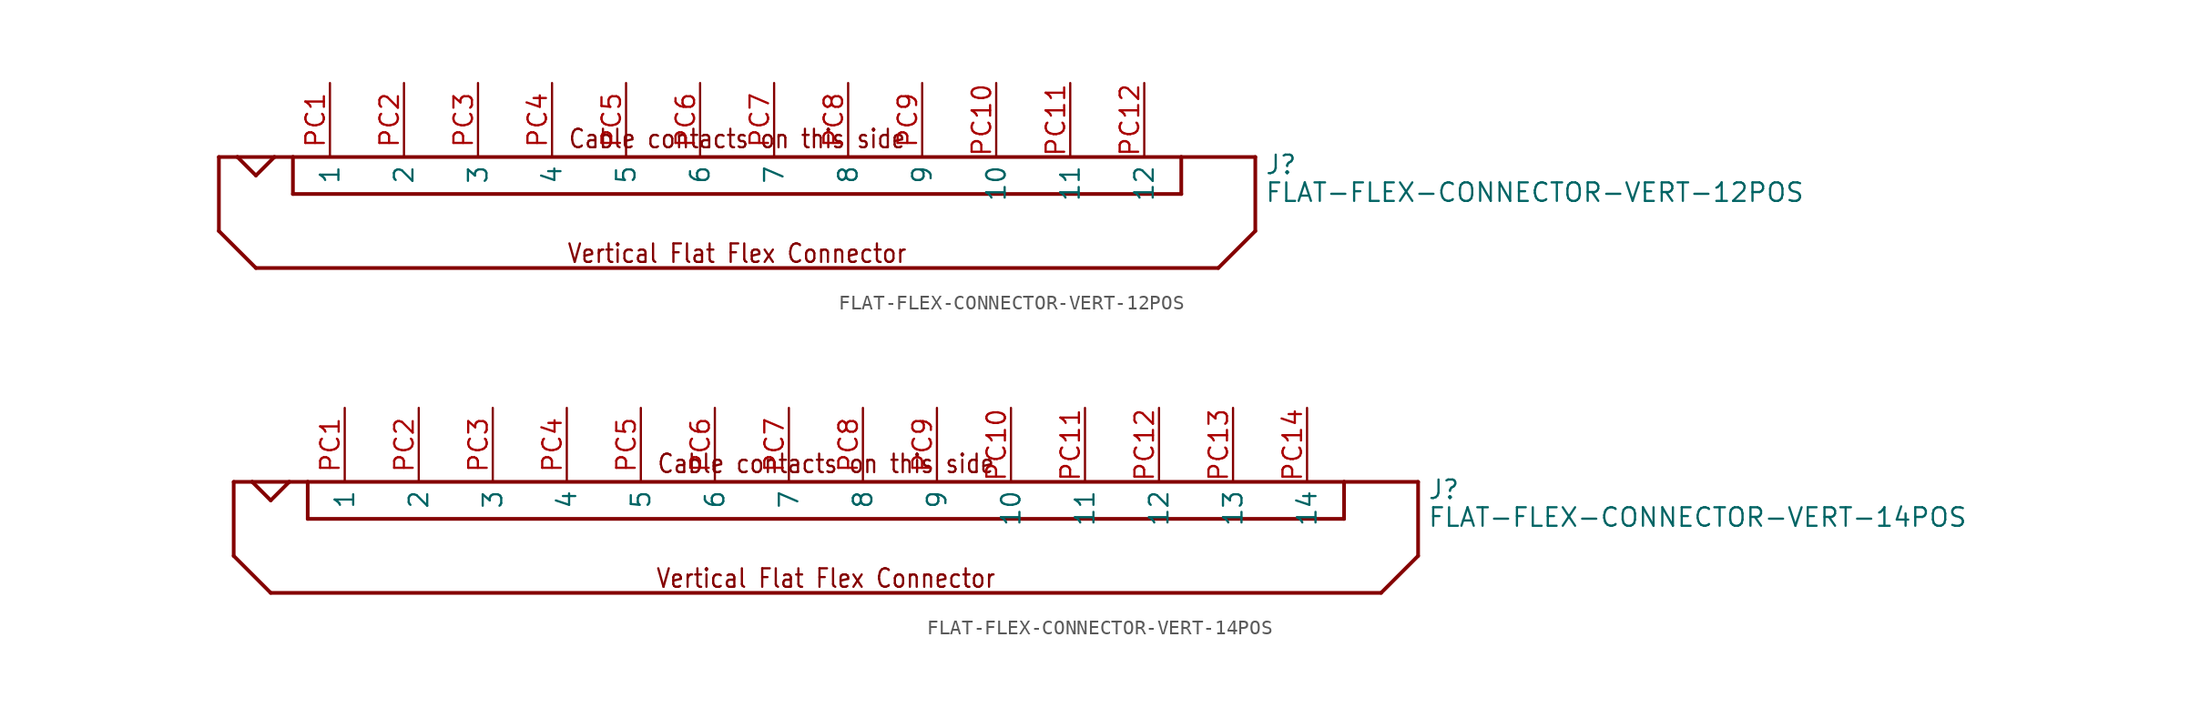
<source format=kicad_sym>
(kicad_symbol_lib
  (version 20211014)
  (generator kicad_symbol_editor)
  (symbol "FLAT-FLEX-CONNECTOR-VERT-12POS"
    (pin_names)
    (property "Reference" "J"
      (at 36.195 1.27 0)
      (effects (font (size 1.27 1.27)) (justify left bottom)))
    (property "Value" "FLAT-FLEX-CONNECTOR-VERT-12POS"
      (at 36.195 -0.635 0)
      (effects (font (size 1.27 1.27)) (justify left bottom)))
    (property "Datasheet" ""
      (at 0 0 0))
    (property "ki_description" "FLAT-FLEX-CONNECTOR-VERT-12POS  - Flat Flex Connector 12 position Vertical Technical Specifications: Number of Positions: 12 Contact: One Side Mount: Vertical "
      (at 0 0 0))
    (property "ki_fp_filters" "FlashPCB_Connectors:FLAT-FLEX-CONNECTOR-MOLEX-52610-VERT-12POS"
      (at 0 0 0))
    (symbol "FLAT-FLEX-CONNECTOR-VERT-12POS_1_1"
      (text "Cable contacts on this side" (at 0 3.048 0) (effects (font (size 1.27 1.086)) (justify bottom)))
      (text "Vertical Flat Flex Connector" (at 0 -4.826 0) (effects (font (size 1.27 1.086)) (justify bottom)))
      (polyline (pts (xy -35.56 2.54) (xy -35.56 -2.54)) (stroke (width 0.254)) (fill (type none)))
      (polyline (pts (xy -35.56 -2.54) (xy -33.02 -5.08)) (stroke (width 0.254)) (fill (type none)))
      (polyline (pts (xy -33.02 -5.08) (xy 33.02 -5.08)) (stroke (width 0.254)) (fill (type none)))
      (polyline (pts (xy 33.02 -5.08) (xy 35.56 -2.54)) (stroke (width 0.254)) (fill (type none)))
      (polyline (pts (xy 35.56 -2.54) (xy 35.56 2.54)) (stroke (width 0.254)) (fill (type none)))
      (polyline (pts (xy 35.56 2.54) (xy 30.48 2.54)) (stroke (width 0.254)) (fill (type none)))
      (polyline (pts (xy 30.48 2.54) (xy 30.48 0)) (stroke (width 0.254)) (fill (type none)))
      (polyline (pts (xy 30.48 0) (xy -30.48 0)) (stroke (width 0.254)) (fill (type none)))
      (polyline (pts (xy -30.48 0) (xy -30.48 2.54)) (stroke (width 0.254)) (fill (type none)))
      (polyline (pts (xy -30.48 2.54) (xy -31.75 2.54)) (stroke (width 0.254)) (fill (type none)))
      (polyline (pts (xy -31.75 2.54) (xy -34.29 2.54)) (stroke (width 0.254)) (fill (type none)))
      (polyline (pts (xy -34.29 2.54) (xy -35.56 2.54)) (stroke (width 0.254)) (fill (type none)))
      (polyline (pts (xy -30.48 2.54) (xy 30.48 2.54)) (stroke (width 0.254)) (fill (type none)))
      (polyline (pts (xy -34.29 2.54) (xy -33.02 1.27)) (stroke (width 0.254)) (fill (type none)))
      (polyline (pts (xy -33.02 1.27) (xy -31.75 2.54)) (stroke (width 0.254)) (fill (type none)))
      (pin bidirectional line (at -27.94 7.62 270) (length 5.08) (name "1" (effects (font (size 1.27 1.27)))) (number "PC1" (effects (font (size 1.27 1.27)))))
      (pin bidirectional line (at -27.94 7.62 270) (length 5.08) hide (name "1" (effects (font (size 1.27 1.27)))) (number "PS1" (effects (font (size 1.27 1.27)))))
      (pin bidirectional line (at -22.86 7.62 270) (length 5.08) (name "2" (effects (font (size 1.27 1.27)))) (number "PC2" (effects (font (size 1.27 1.27)))))
      (pin bidirectional line (at -22.86 7.62 270) (length 5.08) hide (name "2" (effects (font (size 1.27 1.27)))) (number "PS2" (effects (font (size 1.27 1.27)))))
      (pin bidirectional line (at -17.78 7.62 270) (length 5.08) (name "3" (effects (font (size 1.27 1.27)))) (number "PC3" (effects (font (size 1.27 1.27)))))
      (pin bidirectional line (at -17.78 7.62 270) (length 5.08) hide (name "3" (effects (font (size 1.27 1.27)))) (number "PS3" (effects (font (size 1.27 1.27)))))
      (pin bidirectional line (at -12.7 7.62 270) (length 5.08) (name "4" (effects (font (size 1.27 1.27)))) (number "PC4" (effects (font (size 1.27 1.27)))))
      (pin bidirectional line (at -12.7 7.62 270) (length 5.08) hide (name "4" (effects (font (size 1.27 1.27)))) (number "PS4" (effects (font (size 1.27 1.27)))))
      (pin bidirectional line (at -7.62 7.62 270) (length 5.08) (name "5" (effects (font (size 1.27 1.27)))) (number "PC5" (effects (font (size 1.27 1.27)))))
      (pin bidirectional line (at -7.62 7.62 270) (length 5.08) hide (name "5" (effects (font (size 1.27 1.27)))) (number "PS5" (effects (font (size 1.27 1.27)))))
      (pin bidirectional line (at -2.54 7.62 270) (length 5.08) (name "6" (effects (font (size 1.27 1.27)))) (number "PC6" (effects (font (size 1.27 1.27)))))
      (pin bidirectional line (at -2.54 7.62 270) (length 5.08) hide (name "6" (effects (font (size 1.27 1.27)))) (number "PS6" (effects (font (size 1.27 1.27)))))
      (pin bidirectional line (at 2.54 7.62 270) (length 5.08) (name "7" (effects (font (size 1.27 1.27)))) (number "PC7" (effects (font (size 1.27 1.27)))))
      (pin bidirectional line (at 2.54 7.62 270) (length 5.08) hide (name "7" (effects (font (size 1.27 1.27)))) (number "PS7" (effects (font (size 1.27 1.27)))))
      (pin bidirectional line (at 7.62 7.62 270) (length 5.08) (name "8" (effects (font (size 1.27 1.27)))) (number "PC8" (effects (font (size 1.27 1.27)))))
      (pin bidirectional line (at 7.62 7.62 270) (length 5.08) hide (name "8" (effects (font (size 1.27 1.27)))) (number "PS8" (effects (font (size 1.27 1.27)))))
      (pin bidirectional line (at 12.7 7.62 270) (length 5.08) (name "9" (effects (font (size 1.27 1.27)))) (number "PC9" (effects (font (size 1.27 1.27)))))
      (pin bidirectional line (at 12.7 7.62 270) (length 5.08) hide (name "9" (effects (font (size 1.27 1.27)))) (number "PS9" (effects (font (size 1.27 1.27)))))
      (pin bidirectional line (at 17.78 7.62 270) (length 5.08) (name "10" (effects (font (size 1.27 1.27)))) (number "PC10" (effects (font (size 1.27 1.27)))))
      (pin bidirectional line (at 17.78 7.62 270) (length 5.08) hide (name "10" (effects (font (size 1.27 1.27)))) (number "PS10" (effects (font (size 1.27 1.27)))))
      (pin bidirectional line (at 22.86 7.62 270) (length 5.08) (name "11" (effects (font (size 1.27 1.27)))) (number "PC11" (effects (font (size 1.27 1.27)))))
      (pin bidirectional line (at 22.86 7.62 270) (length 5.08) hide (name "11" (effects (font (size 1.27 1.27)))) (number "PS11" (effects (font (size 1.27 1.27)))))
      (pin bidirectional line (at 27.94 7.62 270) (length 5.08) (name "12" (effects (font (size 1.27 1.27)))) (number "PC12" (effects (font (size 1.27 1.27)))))
      (pin bidirectional line (at 27.94 7.62 270) (length 5.08) hide (name "12" (effects (font (size 1.27 1.27)))) (number "PS12" (effects (font (size 1.27 1.27)))))))
  (symbol "FLAT-FLEX-CONNECTOR-VERT-14POS"
    (pin_names)
    (property "Reference" "J"
      (at 41.275 1.27 0)
      (effects (font (size 1.27 1.27)) (justify left bottom)))
    (property "Value" "FLAT-FLEX-CONNECTOR-VERT-14POS"
      (at 41.275 -0.635 0)
      (effects (font (size 1.27 1.27)) (justify left bottom)))
    (property "Datasheet" ""
      (at 0 0 0))
    (property "ki_description" "FLAT-FLEX-CONNECTOR-VERT-14POS  - Flat Flex Connector 14 position Vertical Technical Specifications: Number of Positions: 14 Contact: One Side Mount: Vertical "
      (at 0 0 0))
    (property "ki_fp_filters" "FlashPCB_Connectors:FLAT-FLEX-CONNECTOR-MOLEX-52610-VERT-14POS"
      (at 0 0 0))
    (symbol "FLAT-FLEX-CONNECTOR-VERT-14POS_1_1"
      (text "Cable contacts on this side" (at 0 3.048 0) (effects (font (size 1.27 1.086)) (justify bottom)))
      (text "Vertical Flat Flex Connector" (at 0 -4.826 0) (effects (font (size 1.27 1.086)) (justify bottom)))
      (polyline (pts (xy -40.64 2.54) (xy -40.64 -2.54)) (stroke (width 0.254)) (fill (type none)))
      (polyline (pts (xy -40.64 -2.54) (xy -38.1 -5.08)) (stroke (width 0.254)) (fill (type none)))
      (polyline (pts (xy -38.1 -5.08) (xy 38.1 -5.08)) (stroke (width 0.254)) (fill (type none)))
      (polyline (pts (xy 38.1 -5.08) (xy 40.64 -2.54)) (stroke (width 0.254)) (fill (type none)))
      (polyline (pts (xy 40.64 -2.54) (xy 40.64 2.54)) (stroke (width 0.254)) (fill (type none)))
      (polyline (pts (xy 40.64 2.54) (xy 35.56 2.54)) (stroke (width 0.254)) (fill (type none)))
      (polyline (pts (xy 35.56 2.54) (xy 35.56 0)) (stroke (width 0.254)) (fill (type none)))
      (polyline (pts (xy 35.56 0) (xy -35.56 0)) (stroke (width 0.254)) (fill (type none)))
      (polyline (pts (xy -35.56 0) (xy -35.56 2.54)) (stroke (width 0.254)) (fill (type none)))
      (polyline (pts (xy -35.56 2.54) (xy -36.83 2.54)) (stroke (width 0.254)) (fill (type none)))
      (polyline (pts (xy -36.83 2.54) (xy -39.37 2.54)) (stroke (width 0.254)) (fill (type none)))
      (polyline (pts (xy -39.37 2.54) (xy -40.64 2.54)) (stroke (width 0.254)) (fill (type none)))
      (polyline (pts (xy -35.56 2.54) (xy 35.56 2.54)) (stroke (width 0.254)) (fill (type none)))
      (polyline (pts (xy -39.37 2.54) (xy -38.1 1.27)) (stroke (width 0.254)) (fill (type none)))
      (polyline (pts (xy -38.1 1.27) (xy -36.83 2.54)) (stroke (width 0.254)) (fill (type none)))
      (pin bidirectional line (at -33.02 7.62 270) (length 5.08) (name "1" (effects (font (size 1.27 1.27)))) (number "PC1" (effects (font (size 1.27 1.27)))))
      (pin bidirectional line (at -33.02 7.62 270) (length 5.08) hide (name "1" (effects (font (size 1.27 1.27)))) (number "PS1" (effects (font (size 1.27 1.27)))))
      (pin bidirectional line (at -27.94 7.62 270) (length 5.08) (name "2" (effects (font (size 1.27 1.27)))) (number "PC2" (effects (font (size 1.27 1.27)))))
      (pin bidirectional line (at -27.94 7.62 270) (length 5.08) hide (name "2" (effects (font (size 1.27 1.27)))) (number "PS2" (effects (font (size 1.27 1.27)))))
      (pin bidirectional line (at -22.86 7.62 270) (length 5.08) (name "3" (effects (font (size 1.27 1.27)))) (number "PC3" (effects (font (size 1.27 1.27)))))
      (pin bidirectional line (at -22.86 7.62 270) (length 5.08) hide (name "3" (effects (font (size 1.27 1.27)))) (number "PS3" (effects (font (size 1.27 1.27)))))
      (pin bidirectional line (at -17.78 7.62 270) (length 5.08) (name "4" (effects (font (size 1.27 1.27)))) (number "PC4" (effects (font (size 1.27 1.27)))))
      (pin bidirectional line (at -17.78 7.62 270) (length 5.08) hide (name "4" (effects (font (size 1.27 1.27)))) (number "PS4" (effects (font (size 1.27 1.27)))))
      (pin bidirectional line (at -12.7 7.62 270) (length 5.08) (name "5" (effects (font (size 1.27 1.27)))) (number "PC5" (effects (font (size 1.27 1.27)))))
      (pin bidirectional line (at -12.7 7.62 270) (length 5.08) hide (name "5" (effects (font (size 1.27 1.27)))) (number "PS5" (effects (font (size 1.27 1.27)))))
      (pin bidirectional line (at -7.62 7.62 270) (length 5.08) (name "6" (effects (font (size 1.27 1.27)))) (number "PC6" (effects (font (size 1.27 1.27)))))
      (pin bidirectional line (at -7.62 7.62 270) (length 5.08) hide (name "6" (effects (font (size 1.27 1.27)))) (number "PS6" (effects (font (size 1.27 1.27)))))
      (pin bidirectional line (at -2.54 7.62 270) (length 5.08) (name "7" (effects (font (size 1.27 1.27)))) (number "PC7" (effects (font (size 1.27 1.27)))))
      (pin bidirectional line (at -2.54 7.62 270) (length 5.08) hide (name "7" (effects (font (size 1.27 1.27)))) (number "PS7" (effects (font (size 1.27 1.27)))))
      (pin bidirectional line (at 2.54 7.62 270) (length 5.08) (name "8" (effects (font (size 1.27 1.27)))) (number "PC8" (effects (font (size 1.27 1.27)))))
      (pin bidirectional line (at 2.54 7.62 270) (length 5.08) hide (name "8" (effects (font (size 1.27 1.27)))) (number "PS8" (effects (font (size 1.27 1.27)))))
      (pin bidirectional line (at 7.62 7.62 270) (length 5.08) (name "9" (effects (font (size 1.27 1.27)))) (number "PC9" (effects (font (size 1.27 1.27)))))
      (pin bidirectional line (at 7.62 7.62 270) (length 5.08) hide (name "9" (effects (font (size 1.27 1.27)))) (number "PS9" (effects (font (size 1.27 1.27)))))
      (pin bidirectional line (at 12.7 7.62 270) (length 5.08) (name "10" (effects (font (size 1.27 1.27)))) (number "PC10" (effects (font (size 1.27 1.27)))))
      (pin bidirectional line (at 12.7 7.62 270) (length 5.08) hide (name "10" (effects (font (size 1.27 1.27)))) (number "PS10" (effects (font (size 1.27 1.27)))))
      (pin bidirectional line (at 17.78 7.62 270) (length 5.08) (name "11" (effects (font (size 1.27 1.27)))) (number "PC11" (effects (font (size 1.27 1.27)))))
      (pin bidirectional line (at 17.78 7.62 270) (length 5.08) hide (name "11" (effects (font (size 1.27 1.27)))) (number "PS11" (effects (font (size 1.27 1.27)))))
      (pin bidirectional line (at 22.86 7.62 270) (length 5.08) (name "12" (effects (font (size 1.27 1.27)))) (number "PC12" (effects (font (size 1.27 1.27)))))
      (pin bidirectional line (at 22.86 7.62 270) (length 5.08) hide (name "12" (effects (font (size 1.27 1.27)))) (number "PS12" (effects (font (size 1.27 1.27)))))
      (pin bidirectional line (at 27.94 7.62 270) (length 5.08) (name "13" (effects (font (size 1.27 1.27)))) (number "PC13" (effects (font (size 1.27 1.27)))))
      (pin bidirectional line (at 27.94 7.62 270) (length 5.08) hide (name "13" (effects (font (size 1.27 1.27)))) (number "PS13" (effects (font (size 1.27 1.27)))))
      (pin bidirectional line (at 33.02 7.62 270) (length 5.08) (name "14" (effects (font (size 1.27 1.27)))) (number "PC14" (effects (font (size 1.27 1.27)))))
      (pin bidirectional line (at 33.02 7.62 270) (length 5.08) hide (name "14" (effects (font (size 1.27 1.27)))) (number "PS14" (effects (font (size 1.27 1.27))))))))
</source>
